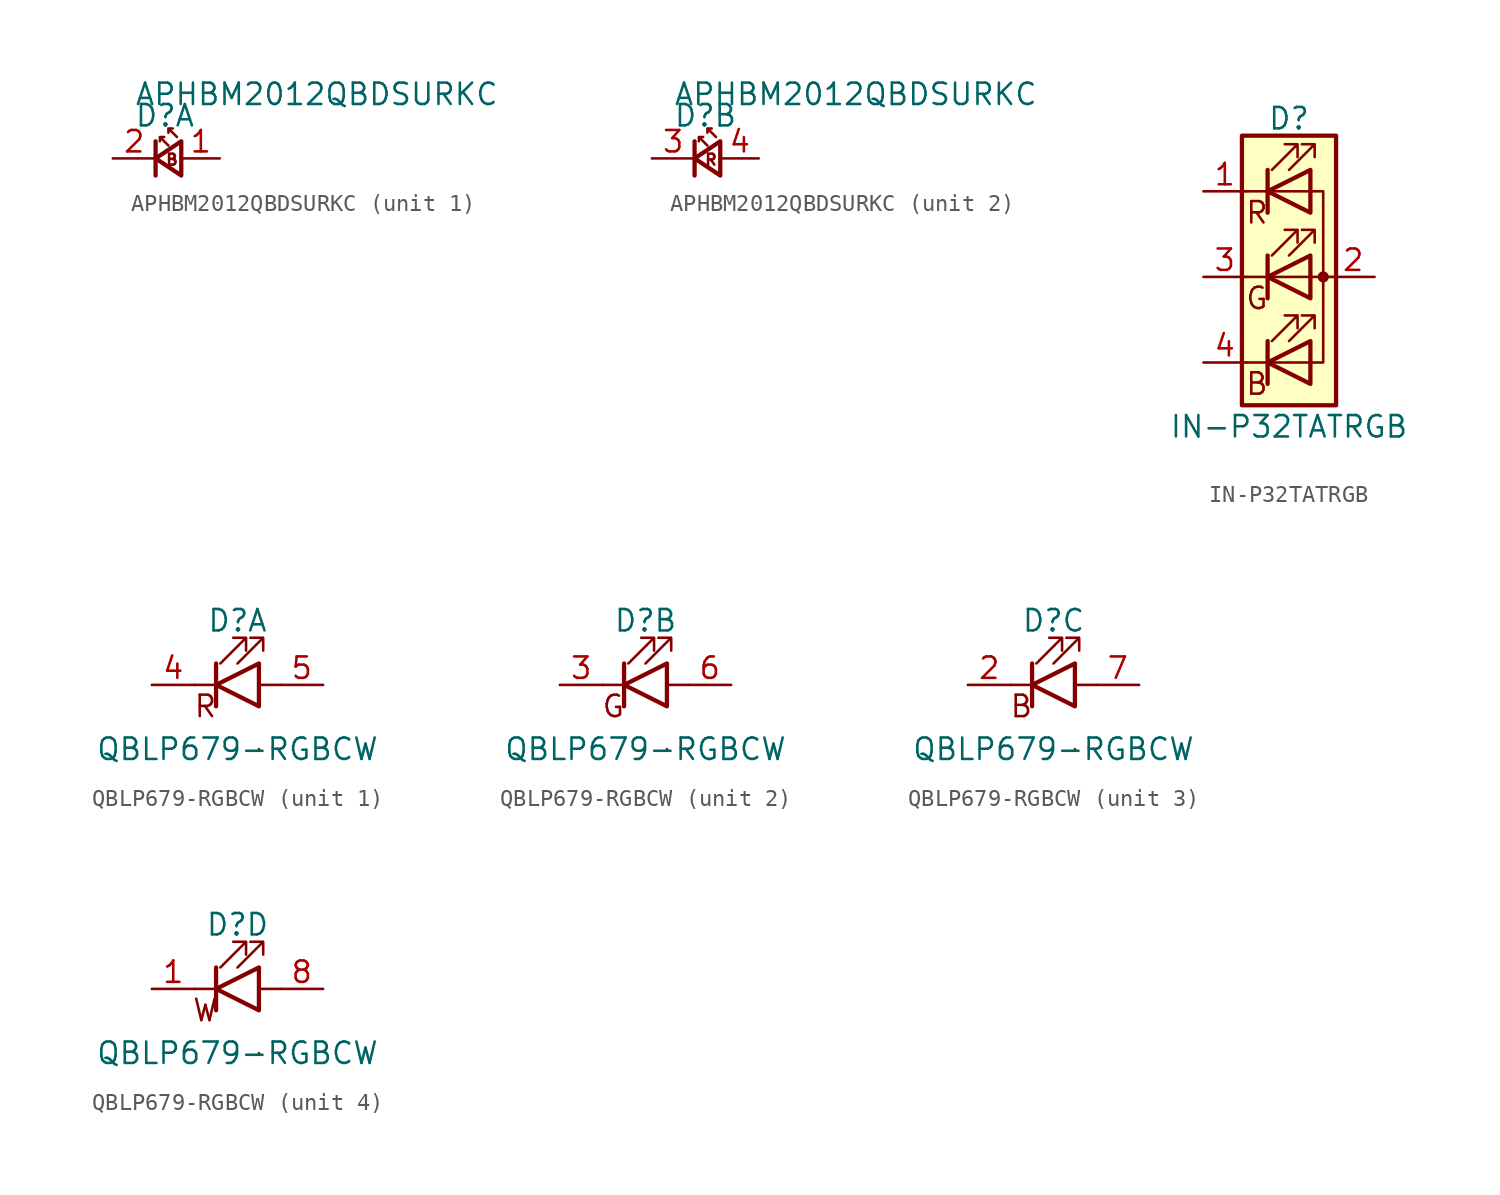
<source format=kicad_sym>
(kicad_symbol_lib
  (version 20220914)
  (generator kicad_symbol_editor)
  (symbol "APHBM2012QBDSURKC"
    (property "Reference" "D"
      (at -1.27 2.54 0)
      (effects (font (size 1.27 1.27)) (justify left)))
    (property "Value" "APHBM2012QBDSURKC"
      (at -1.27 3.81 0)
      (effects (font (size 1.27 1.27)) (justify left)))
    (property "ki_locked" ""
      (at 0 0 0)
      (effects (font (size 1.27 1.27))))
    (symbol "APHBM2012QBDSURKC_0_1"
      (polyline (pts (xy 0 -1.016) (xy 0 1.016)) (stroke (width 0.254) (type default)) (fill (type none)))
      (polyline (pts (xy 1.524 -1.016) (xy 0 0) (xy 1.524 1.016) (xy 1.524 -1.016)) (stroke (width 0.254) (type default)) (fill (type none)))
      (polyline (pts (xy 0.762 0.762) (xy 0.254 1.27) (xy 0.508 1.27) (xy 0.254 1.27) (xy 0.254 1.016)) (stroke (width 0) (type default)) (fill (type none)))
      (polyline (pts (xy 1.27 1.27) (xy 0.762 1.778) (xy 1.016 1.778) (xy 0.762 1.778) (xy 0.762 1.524)) (stroke (width 0) (type default)) (fill (type none))))
    (symbol "APHBM2012QBDSURKC_1_0"
      (pin passive line (at 3.81 0 180) (length 2.25) (name "B-A" (effects (font (size 0 0)))) (number "1" (effects (font (size 1.27 1.27)))))
      (pin passive line (at -2.54 0 0) (length 2.54) (name "B-K" (effects (font (size 0 0)))) (number "2" (effects (font (size 1.27 1.27))))))
    (symbol "APHBM2012QBDSURKC_1_1"
      (text "B" (at 1.397 -0.076 0) (effects (font (size 0.65 0.65)) (justify right))))
    (symbol "APHBM2012QBDSURKC_2_0"
      (pin passive line (at -2.54 0 0) (length 2.54) (name "R-K" (effects (font (size 0 0)))) (number "3" (effects (font (size 1.27 1.27)))))
      (pin passive line (at 3.81 0 180) (length 2.25) (name "R-A" (effects (font (size 0 0)))) (number "4" (effects (font (size 1.27 1.27))))))
    (symbol "APHBM2012QBDSURKC_2_1"
      (text "R" (at 1.397 -0.076 0) (effects (font (size 0.65 0.65)) (justify right)))))
  (symbol "IN-P32TATRGB"
    (pin_names
      (offset 0) hide)
    (property "Reference" "D"
      (at 0 9.398 0)
      (effects (font (size 1.27 1.27))))
    (property "Value" "IN-P32TATRGB"
      (at 0 -8.89 0)
      (effects (font (size 1.27 1.27))))
    (symbol "IN-P32TATRGB_0_0"
      (text "B" (at -1.905 -6.35 0) (effects (font (size 1.27 1.27))))
      (text "G" (at -1.905 -1.27 0) (effects (font (size 1.27 1.27))))
      (text "R" (at -1.905 3.81 0) (effects (font (size 1.27 1.27)))))
    (symbol "IN-P32TATRGB_0_1"
      (polyline (pts (xy -1.27 -5.08) (xy -2.54 -5.08)) (stroke (width 0) (type default)) (fill (type none)))
      (polyline (pts (xy -1.27 -5.08) (xy 1.27 -5.08)) (stroke (width 0) (type default)) (fill (type none)))
      (polyline (pts (xy -1.27 -3.81) (xy -1.27 -6.35)) (stroke (width 0.254) (type default)) (fill (type none)))
      (polyline (pts (xy -1.27 0) (xy -2.54 0)) (stroke (width 0) (type default)) (fill (type none)))
      (polyline (pts (xy -1.27 1.27) (xy -1.27 -1.27)) (stroke (width 0.254) (type default)) (fill (type none)))
      (polyline (pts (xy -1.27 5.08) (xy -2.54 5.08)) (stroke (width 0) (type default)) (fill (type none)))
      (polyline (pts (xy -1.27 5.08) (xy 1.27 5.08)) (stroke (width 0) (type default)) (fill (type none)))
      (polyline (pts (xy -1.27 6.35) (xy -1.27 3.81)) (stroke (width 0.254) (type default)) (fill (type none)))
      (polyline (pts (xy 1.27 0) (xy -1.27 0)) (stroke (width 0) (type default)) (fill (type none)))
      (polyline (pts (xy 1.27 0) (xy 2.54 0)) (stroke (width 0) (type default)) (fill (type none)))
      (polyline (pts (xy -1.27 1.27) (xy -1.27 -1.27) (xy -1.27 -1.27)) (stroke (width 0) (type default)) (fill (type none)))
      (polyline (pts (xy -1.27 6.35) (xy -1.27 3.81) (xy -1.27 3.81)) (stroke (width 0) (type default)) (fill (type none)))
      (polyline (pts (xy 1.27 -5.08) (xy 2.032 -5.08) (xy 2.032 5.08) (xy 1.27 5.08)) (stroke (width 0) (type default)) (fill (type none)))
      (polyline (pts (xy 1.27 -3.81) (xy 1.27 -6.35) (xy -1.27 -5.08) (xy 1.27 -3.81)) (stroke (width 0.254) (type default)) (fill (type none)))
      (polyline (pts (xy 1.27 1.27) (xy 1.27 -1.27) (xy -1.27 0) (xy 1.27 1.27)) (stroke (width 0.254) (type default)) (fill (type none)))
      (polyline (pts (xy 1.27 6.35) (xy 1.27 3.81) (xy -1.27 5.08) (xy 1.27 6.35)) (stroke (width 0.254) (type default)) (fill (type none)))
      (polyline (pts (xy -1.016 -3.81) (xy 0.508 -2.286) (xy -0.254 -2.286) (xy 0.508 -2.286) (xy 0.508 -3.048)) (stroke (width 0) (type default)) (fill (type none)))
      (polyline (pts (xy -1.016 1.27) (xy 0.508 2.794) (xy -0.254 2.794) (xy 0.508 2.794) (xy 0.508 2.032)) (stroke (width 0) (type default)) (fill (type none)))
      (polyline (pts (xy -1.016 6.35) (xy 0.508 7.874) (xy -0.254 7.874) (xy 0.508 7.874) (xy 0.508 7.112)) (stroke (width 0) (type default)) (fill (type none)))
      (polyline (pts (xy 0 -3.81) (xy 1.524 -2.286) (xy 0.762 -2.286) (xy 1.524 -2.286) (xy 1.524 -3.048)) (stroke (width 0) (type default)) (fill (type none)))
      (polyline (pts (xy 0 1.27) (xy 1.524 2.794) (xy 0.762 2.794) (xy 1.524 2.794) (xy 1.524 2.032)) (stroke (width 0) (type default)) (fill (type none)))
      (polyline (pts (xy 0 6.35) (xy 1.524 7.874) (xy 0.762 7.874) (xy 1.524 7.874) (xy 1.524 7.112)) (stroke (width 0) (type default)) (fill (type none)))
      (rectangle (start 1.27 -1.27) (end 1.27 1.27) (stroke (width 0) (type default)) (fill (type none)))
      (rectangle (start 1.27 1.27) (end 1.27 1.27) (stroke (width 0) (type default)) (fill (type none)))
      (rectangle (start 1.27 3.81) (end 1.27 6.35) (stroke (width 0) (type default)) (fill (type none)))
      (rectangle (start 1.27 6.35) (end 1.27 6.35) (stroke (width 0) (type default)) (fill (type none)))
      (circle (center 2.032 0) (radius 0.254) (stroke (width 0) (type default)) (fill (type outline)))
      (rectangle (start 2.794 8.382) (end -2.794 -7.62) (stroke (width 0.254) (type default)) (fill (type background))))
    (symbol "IN-P32TATRGB_1_1"
      (pin passive line (at -5.08 5.08 0) (length 2.54) (name "RK" (effects (font (size 1.27 1.27)))) (number "1" (effects (font (size 1.27 1.27)))))
      (pin passive line (at 5.08 0 180) (length 2.54) (name "GK" (effects (font (size 1.27 1.27)))) (number "2" (effects (font (size 1.27 1.27)))))
      (pin passive line (at -5.08 0 0) (length 2.54) (name "BK" (effects (font (size 1.27 1.27)))) (number "3" (effects (font (size 1.27 1.27)))))
      (pin passive line (at -5.08 -5.08 0) (length 2.54) (name "A" (effects (font (size 1.27 1.27)))) (number "4" (effects (font (size 1.27 1.27)))))))
  (symbol "QBLP679-RGBCW"
    (pin_names
      (offset 0) hide)
    (property "Reference" "D"
      (at 0 3.81 0)
      (effects (font (size 1.27 1.27))))
    (property "Value" "QBLP679-RGBCW"
      (at 0 -3.81 0)
      (effects (font (size 1.27 1.27))))
    (property "ki_locked" ""
      (at 0 0 0)
      (effects (font (size 1.27 1.27))))
    (symbol "QBLP679-RGBCW_0_1"
      (rectangle (start 1.27 -3.81) (end 1.27 -3.81) (stroke (width 0) (type default)) (fill (type none)))
      (rectangle (start 1.27 1.27) (end 1.27 1.27) (stroke (width 0) (type default)) (fill (type none))))
    (symbol "QBLP679-RGBCW_1_0"
      (pin passive line (at -5.08 0 0) (length 2.54) (name "RK" (effects (font (size 0 0)))) (number "4" (effects (font (size 1.27 1.27)))))
      (pin passive line (at 5.08 0 180) (length 2.54) (name "RA" (effects (font (size 0 0)))) (number "5" (effects (font (size 1.27 1.27))))))
    (symbol "QBLP679-RGBCW_1_1"
      (polyline (pts (xy -1.27 0) (xy -2.54 0)) (stroke (width 0) (type default)) (fill (type none)))
      (polyline (pts (xy -1.27 1.27) (xy -1.27 -1.27)) (stroke (width 0.254) (type default)) (fill (type none)))
      (polyline (pts (xy 2.54 0) (xy 1.27 0)) (stroke (width 0) (type default)) (fill (type none)))
      (polyline (pts (xy 1.27 1.27) (xy 1.27 -1.27) (xy -1.27 0) (xy 1.27 1.27)) (stroke (width 0.254) (type default)) (fill (type none)))
      (polyline (pts (xy -1.016 1.27) (xy 0.508 2.794) (xy -0.254 2.794) (xy 0.508 2.794) (xy 0.508 2.032)) (stroke (width 0) (type default)) (fill (type none)))
      (polyline (pts (xy 0 1.27) (xy 1.524 2.794) (xy 0.762 2.794) (xy 1.524 2.794) (xy 1.524 2.032)) (stroke (width 0) (type default)) (fill (type none)))
      (text "R" (at -1.905 -1.27 0) (effects (font (size 1.27 1.27)))))
    (symbol "QBLP679-RGBCW_2_0"
      (pin passive line (at -5.08 0 0) (length 2.54) (name "GK" (effects (font (size 0 0)))) (number "3" (effects (font (size 1.27 1.27)))))
      (pin passive line (at 5.08 0 180) (length 2.54) (name "GA" (effects (font (size 0 0)))) (number "6" (effects (font (size 1.27 1.27))))))
    (symbol "QBLP679-RGBCW_2_1"
      (polyline (pts (xy -1.27 0) (xy -2.54 0)) (stroke (width 0) (type default)) (fill (type none)))
      (polyline (pts (xy -1.27 1.27) (xy -1.27 -1.27)) (stroke (width 0.254) (type default)) (fill (type none)))
      (polyline (pts (xy 2.54 0) (xy 1.27 0)) (stroke (width 0) (type default)) (fill (type none)))
      (polyline (pts (xy 1.27 1.27) (xy 1.27 -1.27) (xy -1.27 0) (xy 1.27 1.27)) (stroke (width 0.254) (type default)) (fill (type none)))
      (polyline (pts (xy -1.016 1.27) (xy 0.508 2.794) (xy -0.254 2.794) (xy 0.508 2.794) (xy 0.508 2.032)) (stroke (width 0) (type default)) (fill (type none)))
      (polyline (pts (xy 0 1.27) (xy 1.524 2.794) (xy 0.762 2.794) (xy 1.524 2.794) (xy 1.524 2.032)) (stroke (width 0) (type default)) (fill (type none)))
      (text "G" (at -1.905 -1.27 0) (effects (font (size 1.27 1.27)))))
    (symbol "QBLP679-RGBCW_3_0"
      (pin passive line (at -5.08 0 0) (length 2.54) (name "BK" (effects (font (size 0 0)))) (number "2" (effects (font (size 1.27 1.27)))))
      (pin passive line (at 5.08 0 180) (length 2.54) (name "BA" (effects (font (size 0 0)))) (number "7" (effects (font (size 1.27 1.27))))))
    (symbol "QBLP679-RGBCW_3_1"
      (polyline (pts (xy -1.27 0) (xy -2.54 0)) (stroke (width 0) (type default)) (fill (type none)))
      (polyline (pts (xy -1.27 1.27) (xy -1.27 -1.27)) (stroke (width 0.254) (type default)) (fill (type none)))
      (polyline (pts (xy 2.54 0) (xy 1.27 0)) (stroke (width 0) (type default)) (fill (type none)))
      (polyline (pts (xy 1.27 1.27) (xy 1.27 -1.27) (xy -1.27 0) (xy 1.27 1.27)) (stroke (width 0.254) (type default)) (fill (type none)))
      (polyline (pts (xy -1.016 1.27) (xy 0.508 2.794) (xy -0.254 2.794) (xy 0.508 2.794) (xy 0.508 2.032)) (stroke (width 0) (type default)) (fill (type none)))
      (polyline (pts (xy 0 1.27) (xy 1.524 2.794) (xy 0.762 2.794) (xy 1.524 2.794) (xy 1.524 2.032)) (stroke (width 0) (type default)) (fill (type none)))
      (text "B" (at -1.905 -1.27 0) (effects (font (size 1.27 1.27)))))
    (symbol "QBLP679-RGBCW_4_0"
      (pin passive line (at -5.08 0 0) (length 2.54) (name "WK" (effects (font (size 0 0)))) (number "1" (effects (font (size 1.27 1.27)))))
      (pin passive line (at 5.08 0 180) (length 2.54) (name "WA" (effects (font (size 0 0)))) (number "8" (effects (font (size 1.27 1.27))))))
    (symbol "QBLP679-RGBCW_4_1"
      (polyline (pts (xy -1.27 0) (xy -2.54 0)) (stroke (width 0) (type default)) (fill (type none)))
      (polyline (pts (xy -1.27 1.27) (xy -1.27 -1.27)) (stroke (width 0.254) (type default)) (fill (type none)))
      (polyline (pts (xy 2.54 0) (xy 1.27 0)) (stroke (width 0) (type default)) (fill (type none)))
      (polyline (pts (xy 1.27 1.27) (xy 1.27 -1.27) (xy -1.27 0) (xy 1.27 1.27)) (stroke (width 0.254) (type default)) (fill (type none)))
      (polyline (pts (xy -1.016 1.27) (xy 0.508 2.794) (xy -0.254 2.794) (xy 0.508 2.794) (xy 0.508 2.032)) (stroke (width 0) (type default)) (fill (type none)))
      (polyline (pts (xy 0 1.27) (xy 1.524 2.794) (xy 0.762 2.794) (xy 1.524 2.794) (xy 1.524 2.032)) (stroke (width 0) (type default)) (fill (type none)))
      (text "W" (at -1.905 -1.27 0) (effects (font (size 1.27 1.27)))))))
</source>
